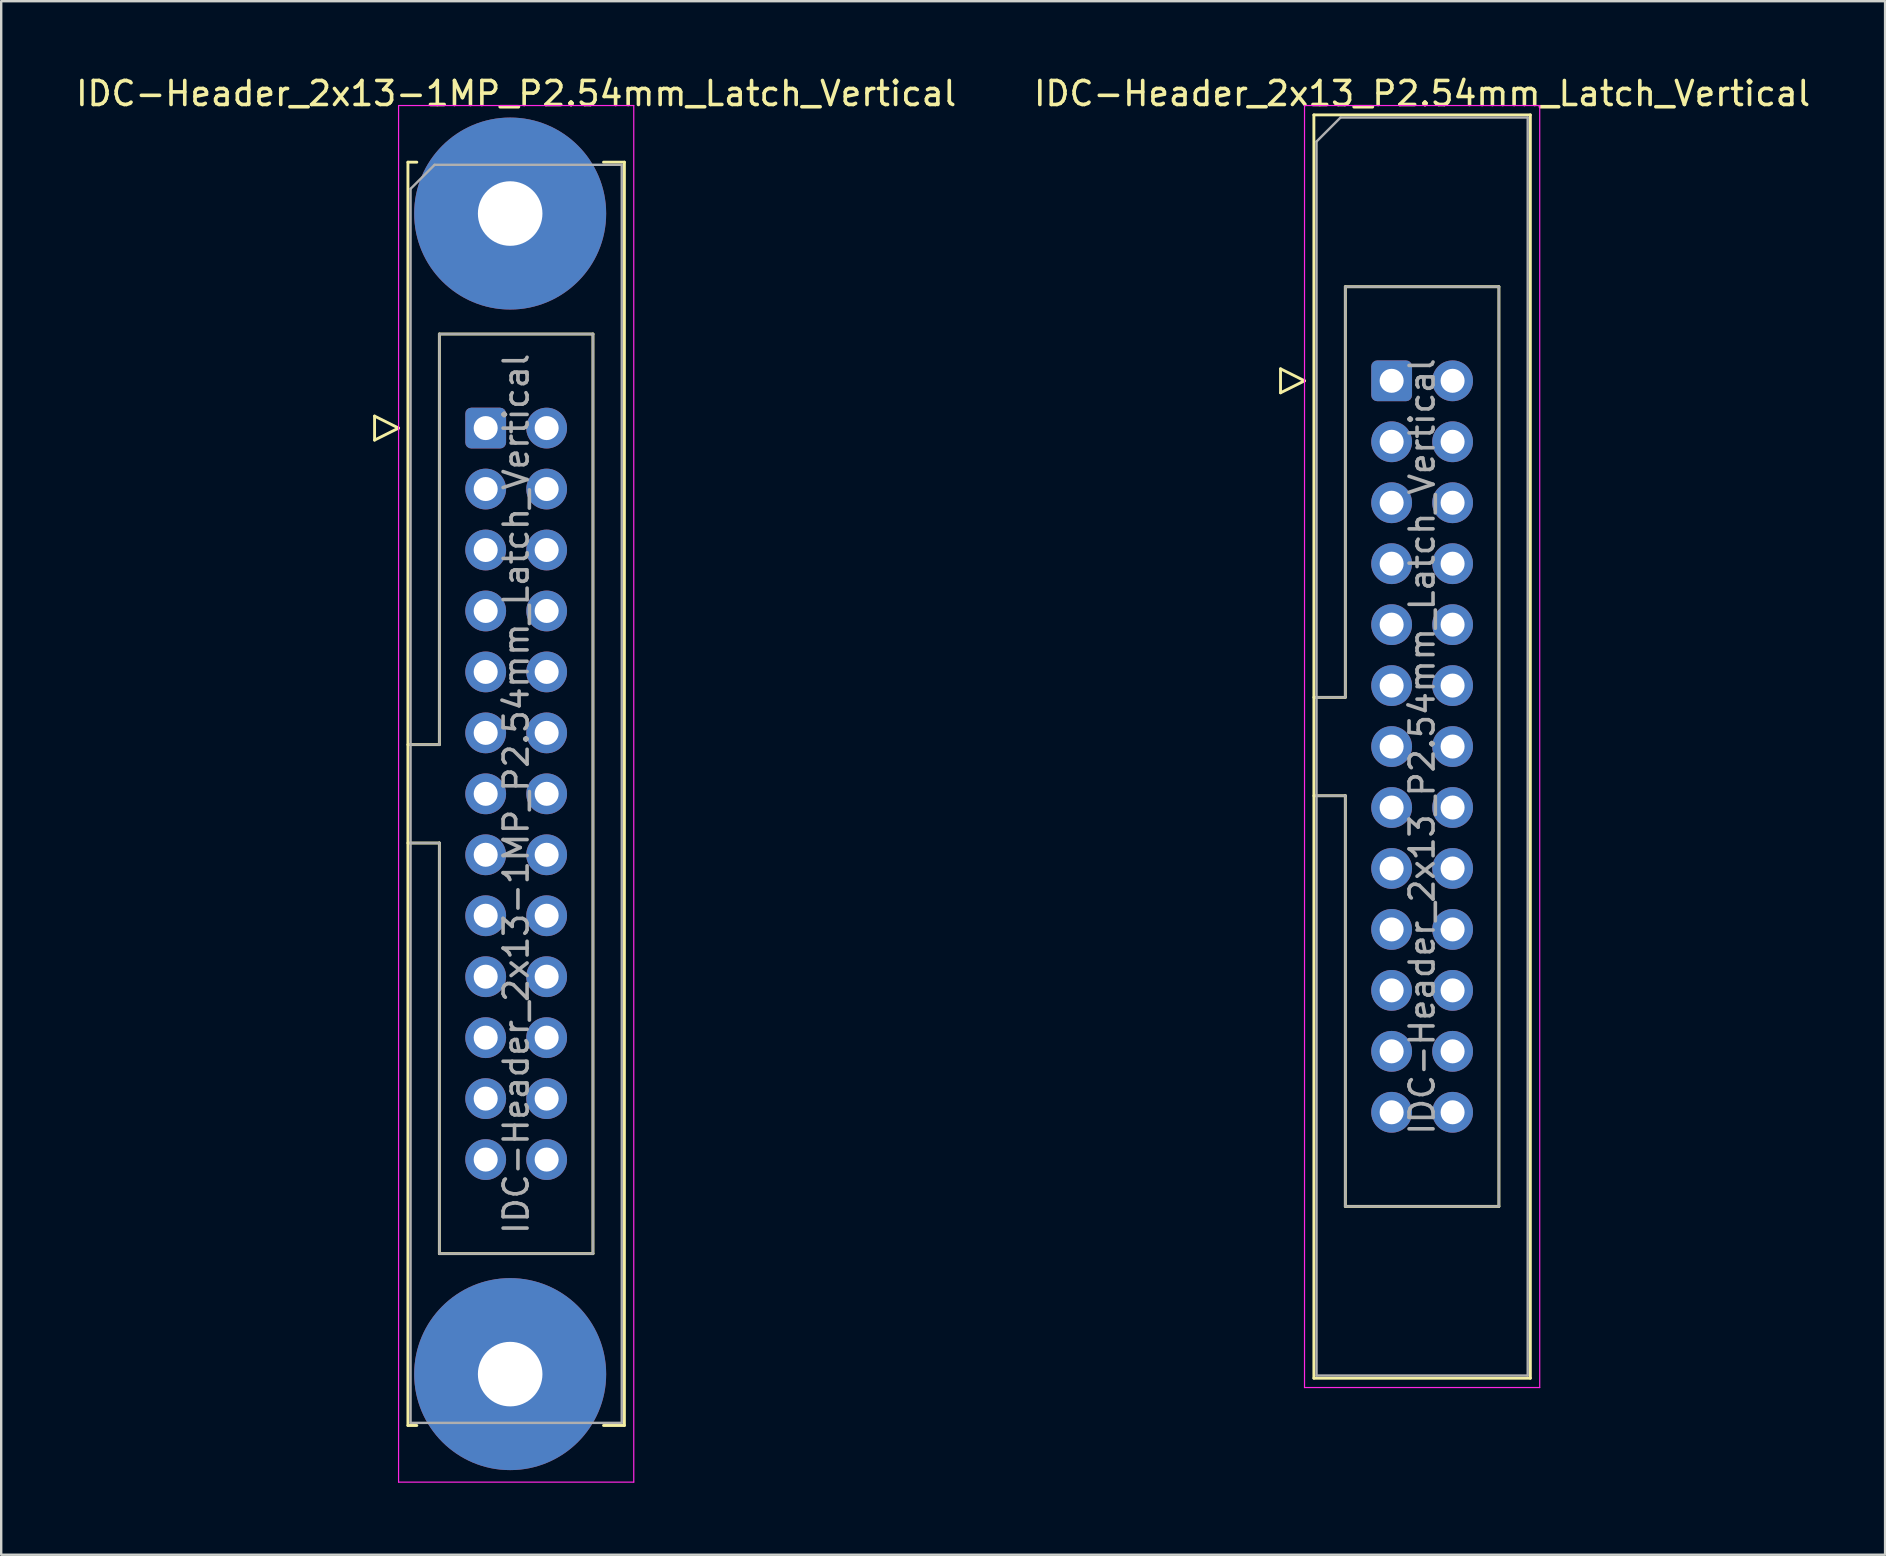
<source format=kicad_pcb>
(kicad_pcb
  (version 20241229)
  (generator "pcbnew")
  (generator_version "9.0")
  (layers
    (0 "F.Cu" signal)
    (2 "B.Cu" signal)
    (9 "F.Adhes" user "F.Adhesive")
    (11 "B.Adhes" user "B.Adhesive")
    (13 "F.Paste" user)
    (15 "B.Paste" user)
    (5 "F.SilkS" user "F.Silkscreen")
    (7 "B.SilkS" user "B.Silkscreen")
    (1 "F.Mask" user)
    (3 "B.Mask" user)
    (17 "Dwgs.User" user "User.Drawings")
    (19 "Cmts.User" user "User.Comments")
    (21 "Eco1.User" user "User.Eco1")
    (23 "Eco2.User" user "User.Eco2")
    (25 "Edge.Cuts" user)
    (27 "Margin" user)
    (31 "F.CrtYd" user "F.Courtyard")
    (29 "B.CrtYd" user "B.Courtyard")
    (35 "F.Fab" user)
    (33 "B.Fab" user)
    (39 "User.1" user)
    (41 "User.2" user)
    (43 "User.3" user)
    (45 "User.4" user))
  (footprint "IDC-Header_2x13-1MP_P2.54mm_Latch_Vertical"
    (layer "F.Cu")
    (at 17.188 14.788)
    (property "Reference" "IDC-Header_2x13-1MP_P2.54mm_Latch_Vertical" (at 1.27 -13.94 0) (layer "F.SilkS") (effects (font (size 1 1) (thickness 0.15))))
    (attr through_hole)
    (fp_line (start -4.63 -0.5) (end -4.63 0.5) (stroke (width 0.12) (type solid)) (layer "F.SilkS"))
    (fp_line (start -4.63 0.5) (end -3.63 0) (stroke (width 0.12) (type solid)) (layer "F.SilkS"))
    (fp_line (start -3.63 0) (end -4.63 -0.5) (stroke (width 0.12) (type solid)) (layer "F.SilkS"))
    (fp_line (start -3.24 -11.08) (end -3.24 41.56) (stroke (width 0.12) (type solid)) (layer "F.SilkS"))
    (fp_line (start -3.24 13.19) (end -1.93 13.19) (stroke (width 0.12) (type solid)) (layer "F.SilkS"))
    (fp_line (start -3.24 41.56) (end -2.87 41.56) (stroke (width 0.12) (type solid)) (layer "F.SilkS"))
    (fp_line (start -2.87 -11.08) (end -3.24 -11.08) (stroke (width 0.12) (type solid)) (layer "F.SilkS"))
    (fp_line (start -1.93 -3.92) (end 4.47 -3.92) (stroke (width 0.12) (type solid)) (layer "F.SilkS"))
    (fp_line (start -1.93 13.19) (end -1.93 -3.92) (stroke (width 0.12) (type solid)) (layer "F.SilkS"))
    (fp_line (start -1.93 17.29) (end -3.24 17.29) (stroke (width 0.12) (type solid)) (layer "F.SilkS"))
    (fp_line (start -1.93 17.29) (end -1.93 17.29) (stroke (width 0.12) (type solid)) (layer "F.SilkS"))
    (fp_line (start -1.93 34.4) (end -1.93 17.29) (stroke (width 0.12) (type solid)) (layer "F.SilkS"))
    (fp_line (start 4.47 -3.92) (end 4.47 34.4) (stroke (width 0.12) (type solid)) (layer "F.SilkS"))
    (fp_line (start 4.47 34.4) (end -1.93 34.4) (stroke (width 0.12) (type solid)) (layer "F.SilkS"))
    (fp_line (start 4.91 -11.08) (end 5.78 -11.08) (stroke (width 0.12) (type solid)) (layer "F.SilkS"))
    (fp_line (start 5.78 -11.08) (end 5.78 41.56) (stroke (width 0.12) (type solid)) (layer "F.SilkS"))
    (fp_line (start 5.78 41.56) (end 4.91 41.56) (stroke (width 0.12) (type solid)) (layer "F.SilkS"))
    (fp_line (start -3.63 -13.44) (end -3.63 43.92) (stroke (width 0.05) (type solid)) (layer "F.CrtYd"))
    (fp_line (start -3.63 43.92) (end 6.17 43.92) (stroke (width 0.05) (type solid)) (layer "F.CrtYd"))
    (fp_line (start 6.17 -13.44) (end -3.63 -13.44) (stroke (width 0.05) (type solid)) (layer "F.CrtYd"))
    (fp_line (start 6.17 43.92) (end 6.17 -13.44) (stroke (width 0.05) (type solid)) (layer "F.CrtYd"))
    (fp_line (start -3.13 -9.97) (end -2.13 -10.97) (stroke (width 0.1) (type solid)) (layer "F.Fab"))
    (fp_line (start -3.13 13.19) (end -1.93 13.19) (stroke (width 0.1) (type solid)) (layer "F.Fab"))
    (fp_line (start -3.13 41.45) (end -3.13 -9.97) (stroke (width 0.1) (type solid)) (layer "F.Fab"))
    (fp_line (start -2.13 -10.97) (end 5.67 -10.97) (stroke (width 0.1) (type solid)) (layer "F.Fab"))
    (fp_line (start -1.93 -3.92) (end 4.47 -3.92) (stroke (width 0.1) (type solid)) (layer "F.Fab"))
    (fp_line (start -1.93 13.19) (end -1.93 -3.92) (stroke (width 0.1) (type solid)) (layer "F.Fab"))
    (fp_line (start -1.93 17.29) (end -3.13 17.29) (stroke (width 0.1) (type solid)) (layer "F.Fab"))
    (fp_line (start -1.93 17.29) (end -1.93 17.29) (stroke (width 0.1) (type solid)) (layer "F.Fab"))
    (fp_line (start -1.93 34.4) (end -1.93 17.29) (stroke (width 0.1) (type solid)) (layer "F.Fab"))
    (fp_line (start 4.47 -3.92) (end 4.47 34.4) (stroke (width 0.1) (type solid)) (layer "F.Fab"))
    (fp_line (start 4.47 34.4) (end -1.93 34.4) (stroke (width 0.1) (type solid)) (layer "F.Fab"))
    (fp_line (start 5.67 -10.97) (end 5.67 41.45) (stroke (width 0.1) (type solid)) (layer "F.Fab"))
    (fp_line (start 5.67 41.45) (end -3.13 41.45) (stroke (width 0.1) (type solid)) (layer "F.Fab"))
    (fp_text user "${REFERENCE}" (at 1.27 15.24 90) (layer "F.Fab") (effects (font (size 1 1) (thickness 0.15))))
    (pad "1" thru_hole roundrect (at 0 0) (size 1.7 1.7) (drill 1) (layers "*.Cu" "*.Mask") (roundrect_rratio 0.147))
    (pad "2" thru_hole circle (at 2.54 0) (size 1.7 1.7) (drill 1) (layers "*.Cu" "*.Mask"))
    (pad "3" thru_hole circle (at 0 2.54) (size 1.7 1.7) (drill 1) (layers "*.Cu" "*.Mask"))
    (pad "4" thru_hole circle (at 2.54 2.54) (size 1.7 1.7) (drill 1) (layers "*.Cu" "*.Mask"))
    (pad "5" thru_hole circle (at 0 5.08) (size 1.7 1.7) (drill 1) (layers "*.Cu" "*.Mask"))
    (pad "6" thru_hole circle (at 2.54 5.08) (size 1.7 1.7) (drill 1) (layers "*.Cu" "*.Mask"))
    (pad "7" thru_hole circle (at 0 7.62) (size 1.7 1.7) (drill 1) (layers "*.Cu" "*.Mask"))
    (pad "8" thru_hole circle (at 2.54 7.62) (size 1.7 1.7) (drill 1) (layers "*.Cu" "*.Mask"))
    (pad "9" thru_hole circle (at 0 10.16) (size 1.7 1.7) (drill 1) (layers "*.Cu" "*.Mask"))
    (pad "10" thru_hole circle (at 2.54 10.16) (size 1.7 1.7) (drill 1) (layers "*.Cu" "*.Mask"))
    (pad "11" thru_hole circle (at 0 12.7) (size 1.7 1.7) (drill 1) (layers "*.Cu" "*.Mask"))
    (pad "12" thru_hole circle (at 2.54 12.7) (size 1.7 1.7) (drill 1) (layers "*.Cu" "*.Mask"))
    (pad "13" thru_hole circle (at 0 15.24) (size 1.7 1.7) (drill 1) (layers "*.Cu" "*.Mask"))
    (pad "14" thru_hole circle (at 2.54 15.24) (size 1.7 1.7) (drill 1) (layers "*.Cu" "*.Mask"))
    (pad "15" thru_hole circle (at 0 17.78) (size 1.7 1.7) (drill 1) (layers "*.Cu" "*.Mask"))
    (pad "16" thru_hole circle (at 2.54 17.78) (size 1.7 1.7) (drill 1) (layers "*.Cu" "*.Mask"))
    (pad "17" thru_hole circle (at 0 20.32) (size 1.7 1.7) (drill 1) (layers "*.Cu" "*.Mask"))
    (pad "18" thru_hole circle (at 2.54 20.32) (size 1.7 1.7) (drill 1) (layers "*.Cu" "*.Mask"))
    (pad "19" thru_hole circle (at 0 22.86) (size 1.7 1.7) (drill 1) (layers "*.Cu" "*.Mask"))
    (pad "20" thru_hole circle (at 2.54 22.86) (size 1.7 1.7) (drill 1) (layers "*.Cu" "*.Mask"))
    (pad "21" thru_hole circle (at 0 25.4) (size 1.7 1.7) (drill 1) (layers "*.Cu" "*.Mask"))
    (pad "22" thru_hole circle (at 2.54 25.4) (size 1.7 1.7) (drill 1) (layers "*.Cu" "*.Mask"))
    (pad "23" thru_hole circle (at 0 27.94) (size 1.7 1.7) (drill 1) (layers "*.Cu" "*.Mask"))
    (pad "24" thru_hole circle (at 2.54 27.94) (size 1.7 1.7) (drill 1) (layers "*.Cu" "*.Mask"))
    (pad "25" thru_hole circle (at 0 30.48) (size 1.7 1.7) (drill 1) (layers "*.Cu" "*.Mask"))
    (pad "26" thru_hole circle (at 2.54 30.48) (size 1.7 1.7) (drill 1) (layers "*.Cu" "*.Mask"))
    (pad "MP" thru_hole circle (at 1.02 -8.94) (size 8 8) (drill 2.69) (layers "*.Cu" "*.Mask"))
    (pad "MP" thru_hole circle (at 1.02 39.42) (size 8 8) (drill 2.69) (layers "*.Cu" "*.Mask")))
  (footprint "IDC-Header_2x13_P2.54mm_Latch_Vertical"
    (layer "F.Cu")
    (at 54.938 12.818)
    (property "Reference" "IDC-Header_2x13_P2.54mm_Latch_Vertical" (at 1.27 -11.97 0) (layer "F.SilkS") (effects (font (size 1 1) (thickness 0.15))))
    (attr through_hole)
    (fp_line (start -4.63 -0.5) (end -4.63 0.5) (stroke (width 0.12) (type solid)) (layer "F.SilkS"))
    (fp_line (start -4.63 0.5) (end -3.63 0) (stroke (width 0.12) (type solid)) (layer "F.SilkS"))
    (fp_line (start -3.63 0) (end -4.63 -0.5) (stroke (width 0.12) (type solid)) (layer "F.SilkS"))
    (fp_line (start -3.24 -11.08) (end 5.78 -11.08) (stroke (width 0.12) (type solid)) (layer "F.SilkS"))
    (fp_line (start -3.24 13.19) (end -1.93 13.19) (stroke (width 0.12) (type solid)) (layer "F.SilkS"))
    (fp_line (start -3.24 41.56) (end -3.24 -11.08) (stroke (width 0.12) (type solid)) (layer "F.SilkS"))
    (fp_line (start -1.93 -3.92) (end 4.47 -3.92) (stroke (width 0.12) (type solid)) (layer "F.SilkS"))
    (fp_line (start -1.93 13.19) (end -1.93 -3.92) (stroke (width 0.12) (type solid)) (layer "F.SilkS"))
    (fp_line (start -1.93 17.29) (end -3.24 17.29) (stroke (width 0.12) (type solid)) (layer "F.SilkS"))
    (fp_line (start -1.93 17.29) (end -1.93 17.29) (stroke (width 0.12) (type solid)) (layer "F.SilkS"))
    (fp_line (start -1.93 34.4) (end -1.93 17.29) (stroke (width 0.12) (type solid)) (layer "F.SilkS"))
    (fp_line (start 4.47 -3.92) (end 4.47 34.4) (stroke (width 0.12) (type solid)) (layer "F.SilkS"))
    (fp_line (start 4.47 34.4) (end -1.93 34.4) (stroke (width 0.12) (type solid)) (layer "F.SilkS"))
    (fp_line (start 5.78 -11.08) (end 5.78 41.56) (stroke (width 0.12) (type solid)) (layer "F.SilkS"))
    (fp_line (start 5.78 41.56) (end -3.24 41.56) (stroke (width 0.12) (type solid)) (layer "F.SilkS"))
    (fp_line (start -3.63 -11.47) (end -3.63 41.95) (stroke (width 0.05) (type solid)) (layer "F.CrtYd"))
    (fp_line (start -3.63 41.95) (end 6.17 41.95) (stroke (width 0.05) (type solid)) (layer "F.CrtYd"))
    (fp_line (start 6.17 -11.47) (end -3.63 -11.47) (stroke (width 0.05) (type solid)) (layer "F.CrtYd"))
    (fp_line (start 6.17 41.95) (end 6.17 -11.47) (stroke (width 0.05) (type solid)) (layer "F.CrtYd"))
    (fp_line (start -3.13 -9.97) (end -2.13 -10.97) (stroke (width 0.1) (type solid)) (layer "F.Fab"))
    (fp_line (start -3.13 13.19) (end -1.93 13.19) (stroke (width 0.1) (type solid)) (layer "F.Fab"))
    (fp_line (start -3.13 41.45) (end -3.13 -9.97) (stroke (width 0.1) (type solid)) (layer "F.Fab"))
    (fp_line (start -2.13 -10.97) (end 5.67 -10.97) (stroke (width 0.1) (type solid)) (layer "F.Fab"))
    (fp_line (start -1.93 -3.92) (end 4.47 -3.92) (stroke (width 0.1) (type solid)) (layer "F.Fab"))
    (fp_line (start -1.93 13.19) (end -1.93 -3.92) (stroke (width 0.1) (type solid)) (layer "F.Fab"))
    (fp_line (start -1.93 17.29) (end -3.13 17.29) (stroke (width 0.1) (type solid)) (layer "F.Fab"))
    (fp_line (start -1.93 17.29) (end -1.93 17.29) (stroke (width 0.1) (type solid)) (layer "F.Fab"))
    (fp_line (start -1.93 34.4) (end -1.93 17.29) (stroke (width 0.1) (type solid)) (layer "F.Fab"))
    (fp_line (start 4.47 -3.92) (end 4.47 34.4) (stroke (width 0.1) (type solid)) (layer "F.Fab"))
    (fp_line (start 4.47 34.4) (end -1.93 34.4) (stroke (width 0.1) (type solid)) (layer "F.Fab"))
    (fp_line (start 5.67 -10.97) (end 5.67 41.45) (stroke (width 0.1) (type solid)) (layer "F.Fab"))
    (fp_line (start 5.67 41.45) (end -3.13 41.45) (stroke (width 0.1) (type solid)) (layer "F.Fab"))
    (fp_text user "${REFERENCE}" (at 1.27 15.24 90) (layer "F.Fab") (effects (font (size 1 1) (thickness 0.15))))
    (pad "1" thru_hole roundrect (at 0 0) (size 1.7 1.7) (drill 1) (layers "*.Cu" "*.Mask") (roundrect_rratio 0.147))
    (pad "2" thru_hole circle (at 2.54 0) (size 1.7 1.7) (drill 1) (layers "*.Cu" "*.Mask"))
    (pad "3" thru_hole circle (at 0 2.54) (size 1.7 1.7) (drill 1) (layers "*.Cu" "*.Mask"))
    (pad "4" thru_hole circle (at 2.54 2.54) (size 1.7 1.7) (drill 1) (layers "*.Cu" "*.Mask"))
    (pad "5" thru_hole circle (at 0 5.08) (size 1.7 1.7) (drill 1) (layers "*.Cu" "*.Mask"))
    (pad "6" thru_hole circle (at 2.54 5.08) (size 1.7 1.7) (drill 1) (layers "*.Cu" "*.Mask"))
    (pad "7" thru_hole circle (at 0 7.62) (size 1.7 1.7) (drill 1) (layers "*.Cu" "*.Mask"))
    (pad "8" thru_hole circle (at 2.54 7.62) (size 1.7 1.7) (drill 1) (layers "*.Cu" "*.Mask"))
    (pad "9" thru_hole circle (at 0 10.16) (size 1.7 1.7) (drill 1) (layers "*.Cu" "*.Mask"))
    (pad "10" thru_hole circle (at 2.54 10.16) (size 1.7 1.7) (drill 1) (layers "*.Cu" "*.Mask"))
    (pad "11" thru_hole circle (at 0 12.7) (size 1.7 1.7) (drill 1) (layers "*.Cu" "*.Mask"))
    (pad "12" thru_hole circle (at 2.54 12.7) (size 1.7 1.7) (drill 1) (layers "*.Cu" "*.Mask"))
    (pad "13" thru_hole circle (at 0 15.24) (size 1.7 1.7) (drill 1) (layers "*.Cu" "*.Mask"))
    (pad "14" thru_hole circle (at 2.54 15.24) (size 1.7 1.7) (drill 1) (layers "*.Cu" "*.Mask"))
    (pad "15" thru_hole circle (at 0 17.78) (size 1.7 1.7) (drill 1) (layers "*.Cu" "*.Mask"))
    (pad "16" thru_hole circle (at 2.54 17.78) (size 1.7 1.7) (drill 1) (layers "*.Cu" "*.Mask"))
    (pad "17" thru_hole circle (at 0 20.32) (size 1.7 1.7) (drill 1) (layers "*.Cu" "*.Mask"))
    (pad "18" thru_hole circle (at 2.54 20.32) (size 1.7 1.7) (drill 1) (layers "*.Cu" "*.Mask"))
    (pad "19" thru_hole circle (at 0 22.86) (size 1.7 1.7) (drill 1) (layers "*.Cu" "*.Mask"))
    (pad "20" thru_hole circle (at 2.54 22.86) (size 1.7 1.7) (drill 1) (layers "*.Cu" "*.Mask"))
    (pad "21" thru_hole circle (at 0 25.4) (size 1.7 1.7) (drill 1) (layers "*.Cu" "*.Mask"))
    (pad "22" thru_hole circle (at 2.54 25.4) (size 1.7 1.7) (drill 1) (layers "*.Cu" "*.Mask"))
    (pad "23" thru_hole circle (at 0 27.94) (size 1.7 1.7) (drill 1) (layers "*.Cu" "*.Mask"))
    (pad "24" thru_hole circle (at 2.54 27.94) (size 1.7 1.7) (drill 1) (layers "*.Cu" "*.Mask"))
    (pad "25" thru_hole circle (at 0 30.48) (size 1.7 1.7) (drill 1) (layers "*.Cu" "*.Mask"))
    (pad "26" thru_hole circle (at 2.54 30.48) (size 1.7 1.7) (drill 1) (layers "*.Cu" "*.Mask")))
  (gr_rect
    (start -3 -3)
    (end 75.5 61.733)
    (stroke (width 0.1) (type default))
    (fill no)
    (layer "Edge.Cuts")))
</source>
